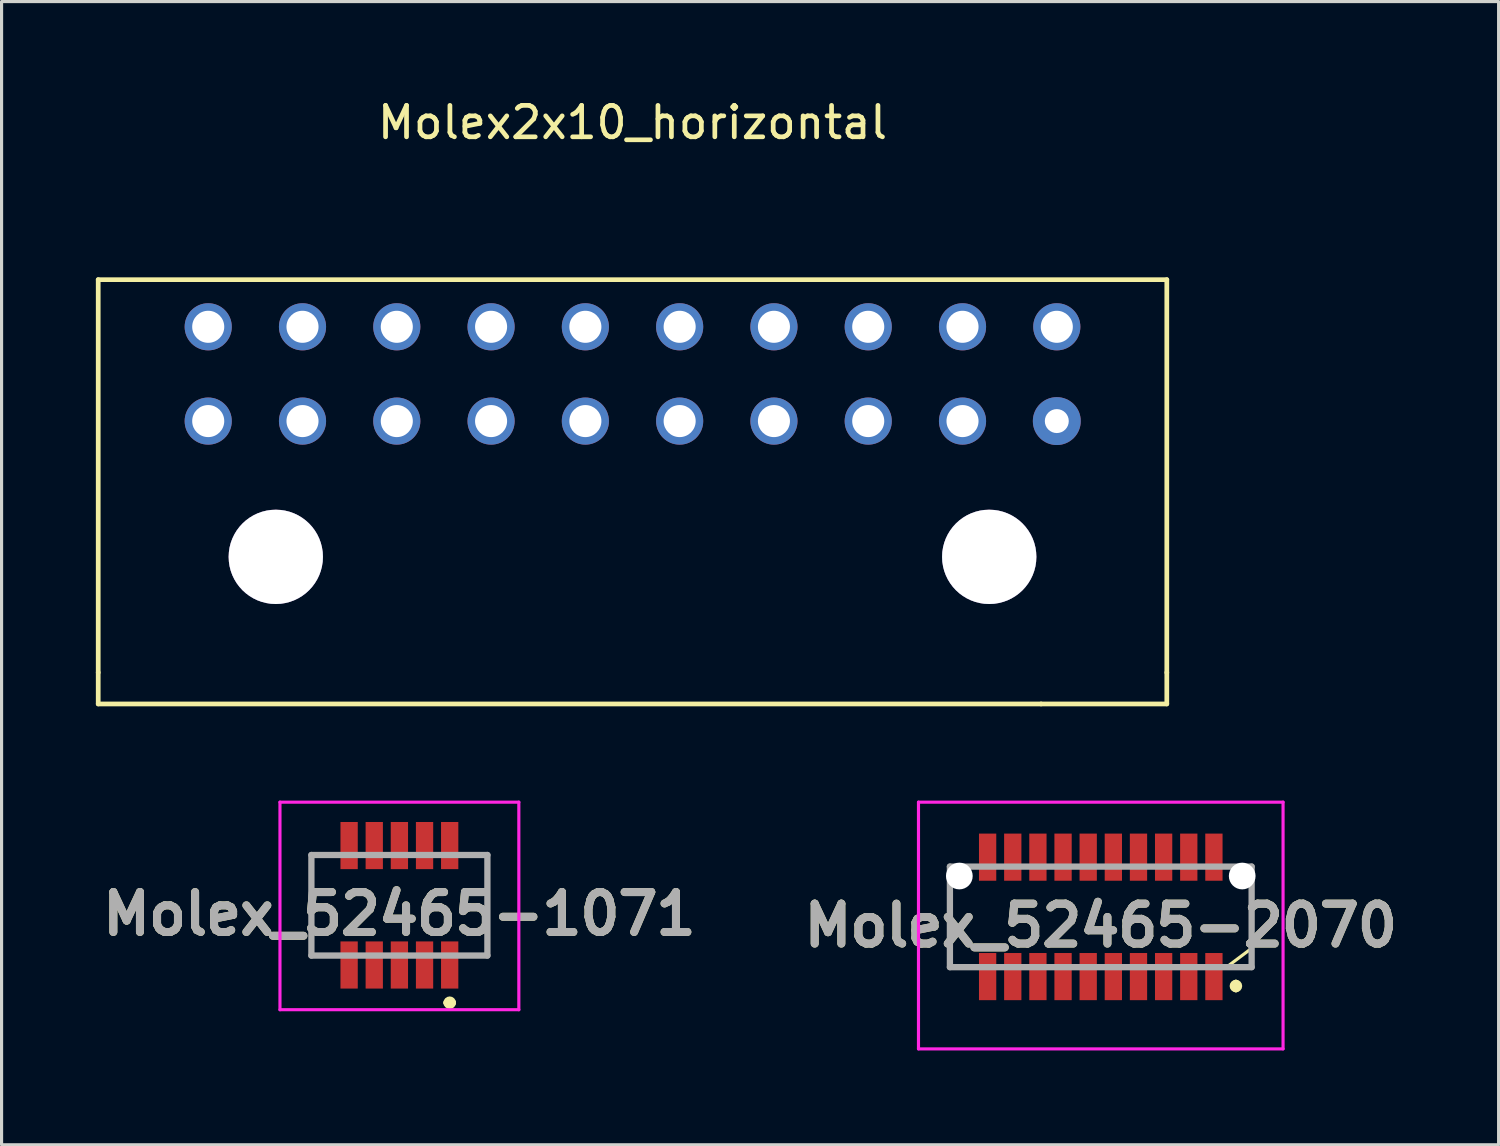
<source format=kicad_pcb>
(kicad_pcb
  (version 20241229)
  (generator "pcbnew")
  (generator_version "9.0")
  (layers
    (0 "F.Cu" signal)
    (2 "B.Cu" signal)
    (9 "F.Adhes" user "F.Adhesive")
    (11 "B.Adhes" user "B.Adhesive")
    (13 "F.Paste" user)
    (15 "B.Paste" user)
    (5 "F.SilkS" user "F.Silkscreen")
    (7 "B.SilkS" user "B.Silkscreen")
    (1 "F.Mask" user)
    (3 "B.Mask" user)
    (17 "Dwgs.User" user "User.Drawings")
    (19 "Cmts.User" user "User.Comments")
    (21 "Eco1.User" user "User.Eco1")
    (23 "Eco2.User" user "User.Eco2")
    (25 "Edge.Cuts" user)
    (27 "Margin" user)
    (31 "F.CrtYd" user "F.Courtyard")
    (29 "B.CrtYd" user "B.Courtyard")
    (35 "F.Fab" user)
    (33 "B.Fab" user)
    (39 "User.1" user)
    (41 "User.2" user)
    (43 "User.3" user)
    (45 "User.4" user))
  (footprint "Molex_52465-1071"
    (layer "F.Cu")
    (at 9.658 26.029)
    (property "Reference" "Molex_52465-1071" (at 0 0 0) (layer "F.SilkS") (effects (font (size 1.27 1.27) (thickness 0.254))))
    (attr smd)
    (fp_line (start -2.8 -1.875) (end -2.8 1.325) (stroke (width 0.1) (type solid)) (layer "F.SilkS"))
    (fp_line (start -2.8 1.325) (end -2.5 1.325) (stroke (width 0.1) (type solid)) (layer "F.SilkS"))
    (fp_line (start -2.5 -1.875) (end -2.8 -1.875) (stroke (width 0.1) (type solid)) (layer "F.SilkS"))
    (fp_line (start 1.5 2.825) (end 1.5 2.825) (stroke (width 0.2) (type solid)) (layer "F.SilkS"))
    (fp_line (start 1.7 2.825) (end 1.7 2.825) (stroke (width 0.2) (type solid)) (layer "F.SilkS"))
    (fp_line (start 2.5 -1.875) (end 2.8 -1.875) (stroke (width 0.1) (type solid)) (layer "F.SilkS"))
    (fp_line (start 2.8 -1.875) (end 2.8 1.325) (stroke (width 0.1) (type solid)) (layer "F.SilkS"))
    (fp_line (start 2.8 1.325) (end 2.5 1.325) (stroke (width 0.1) (type solid)) (layer "F.SilkS"))
    (fp_arc (start 1.5 2.825) (mid 1.6 2.725) (end 1.7 2.825) (stroke (width 0.2) (type solid)) (layer "F.SilkS"))
    (fp_arc (start 1.7 2.825) (mid 1.6 2.925) (end 1.5 2.825) (stroke (width 0.2) (type solid)) (layer "F.SilkS"))
    (fp_line (start -3.8 -3.556) (end 3.8 -3.556) (stroke (width 0.1) (type solid)) (layer "F.CrtYd"))
    (fp_line (start -3.8 3.048) (end -3.8 -3.556) (stroke (width 0.1) (type solid)) (layer "F.CrtYd"))
    (fp_line (start 3.8 -3.556) (end 3.8 3.048) (stroke (width 0.1) (type solid)) (layer "F.CrtYd"))
    (fp_line (start 3.8 3.048) (end -3.8 3.048) (stroke (width 0.1) (type solid)) (layer "F.CrtYd"))
    (fp_line (start -2.8 -1.875) (end 2.8 -1.875) (stroke (width 0.2) (type solid)) (layer "F.Fab"))
    (fp_line (start -2.8 1.325) (end -2.8 -1.875) (stroke (width 0.2) (type solid)) (layer "F.Fab"))
    (fp_line (start 2.8 -1.875) (end 2.8 1.325) (stroke (width 0.2) (type solid)) (layer "F.Fab"))
    (fp_line (start 2.8 1.325) (end -2.8 1.325) (stroke (width 0.2) (type solid)) (layer "F.Fab"))
    (fp_text user "${REFERENCE}" (at 0 0 0) (layer "F.Fab") (effects (font (size 1.27 1.27) (thickness 0.254))))
    (pad "1" smd rect (at 1.6 1.625) (size 0.55 1.5) (layers "F.Cu" "F.Mask" "F.Paste"))
    (pad "2" smd rect (at 1.6 -2.175) (size 0.55 1.5) (layers "F.Cu" "F.Mask" "F.Paste"))
    (pad "3" smd rect (at 0.8 1.625) (size 0.55 1.5) (layers "F.Cu" "F.Mask" "F.Paste"))
    (pad "4" smd rect (at 0.8 -2.175) (size 0.55 1.5) (layers "F.Cu" "F.Mask" "F.Paste"))
    (pad "5" smd rect (at 0 1.625) (size 0.55 1.5) (layers "F.Cu" "F.Mask" "F.Paste"))
    (pad "6" smd rect (at 0 -2.175) (size 0.55 1.5) (layers "F.Cu" "F.Mask" "F.Paste"))
    (pad "7" smd rect (at -0.8 1.625) (size 0.55 1.5) (layers "F.Cu" "F.Mask" "F.Paste"))
    (pad "8" smd rect (at -0.8 -2.175) (size 0.55 1.5) (layers "F.Cu" "F.Mask" "F.Paste"))
    (pad "9" smd rect (at -1.6 1.625) (size 0.55 1.5) (layers "F.Cu" "F.Mask" "F.Paste"))
    (pad "10" smd rect (at -1.6 -2.175) (size 0.55 1.5) (layers "F.Cu" "F.Mask" "F.Paste")))
  (footprint "Molex_52465-2070"
    (layer "F.Cu")
    (at 31.974 26.123)
    (property "Reference" "Molex_52465-2070" (at 0 0.275 0) (layer "F.SilkS") (effects (font (size 1.27 1.27) (thickness 0.254))))
    (attr through_hole)
    (fp_line (start -4.8 -0.5) (end -4.8 1.6) (stroke (width 0.1) (type solid)) (layer "F.SilkS"))
    (fp_line (start -4.8 1.6) (end -4.5 1.6) (stroke (width 0.1) (type solid)) (layer "F.SilkS"))
    (fp_line (start 4 1.6) (end 4.8 1) (stroke (width 0.1) (type solid)) (layer "F.SilkS"))
    (fp_line (start 4.3 2.1) (end 4.3 2.1) (stroke (width 0.2) (type solid)) (layer "F.SilkS"))
    (fp_line (start 4.3 2.3) (end 4.3 2.3) (stroke (width 0.2) (type solid)) (layer "F.SilkS"))
    (fp_line (start 4.8 1) (end 4.8 -0.5) (stroke (width 0.1) (type solid)) (layer "F.SilkS"))
    (fp_arc (start 4.3 2.1) (mid 4.4 2.2) (end 4.3 2.3) (stroke (width 0.2) (type solid)) (layer "F.SilkS"))
    (fp_arc (start 4.3 2.3) (mid 4.2 2.2) (end 4.3 2.1) (stroke (width 0.2) (type solid)) (layer "F.SilkS"))
    (fp_line (start -5.8 -3.65) (end 5.8 -3.65) (stroke (width 0.1) (type solid)) (layer "F.CrtYd"))
    (fp_line (start -5.8 4.2) (end -5.8 -3.65) (stroke (width 0.1) (type solid)) (layer "F.CrtYd"))
    (fp_line (start 5.8 -3.65) (end 5.8 4.2) (stroke (width 0.1) (type solid)) (layer "F.CrtYd"))
    (fp_line (start 5.8 4.2) (end -5.8 4.2) (stroke (width 0.1) (type solid)) (layer "F.CrtYd"))
    (fp_line (start -4.8 -1.6) (end 4.8 -1.6) (stroke (width 0.2) (type solid)) (layer "F.Fab"))
    (fp_line (start -4.8 1.6) (end -4.8 -1.6) (stroke (width 0.2) (type solid)) (layer "F.Fab"))
    (fp_line (start 4.8 -1.6) (end 4.8 1.6) (stroke (width 0.2) (type solid)) (layer "F.Fab"))
    (fp_line (start 4.8 1.6) (end -4.8 1.6) (stroke (width 0.2) (type solid)) (layer "F.Fab"))
    (fp_text user "${REFERENCE}" (at 0 0.275 0) (layer "F.Fab") (effects (font (size 1.27 1.27) (thickness 0.254))))
    (pad "" np_thru_hole circle (at -4.5 -1.3) (size 0.85 0.85) (drill 0.85) (layers "*.Cu" "*.Mask"))
    (pad "" np_thru_hole circle (at 4.5 -1.3) (size 0.85 0.85) (drill 0.85) (layers "*.Cu" "*.Mask"))
    (pad "1" smd rect (at 3.6 1.9) (size 0.55 1.5) (layers "F.Cu" "F.Mask" "F.Paste"))
    (pad "2" smd rect (at 3.6 -1.9) (size 0.55 1.5) (layers "F.Cu" "F.Mask" "F.Paste"))
    (pad "3" smd rect (at 2.8 1.9) (size 0.55 1.5) (layers "F.Cu" "F.Mask" "F.Paste"))
    (pad "4" smd rect (at 2.8 -1.9) (size 0.55 1.5) (layers "F.Cu" "F.Mask" "F.Paste"))
    (pad "5" smd rect (at 2 1.9) (size 0.55 1.5) (layers "F.Cu" "F.Mask" "F.Paste"))
    (pad "6" smd rect (at 2 -1.9) (size 0.55 1.5) (layers "F.Cu" "F.Mask" "F.Paste"))
    (pad "7" smd rect (at 1.2 1.9) (size 0.55 1.5) (layers "F.Cu" "F.Mask" "F.Paste"))
    (pad "8" smd rect (at 1.2 -1.9) (size 0.55 1.5) (layers "F.Cu" "F.Mask" "F.Paste"))
    (pad "9" smd rect (at 0.4 1.9) (size 0.55 1.5) (layers "F.Cu" "F.Mask" "F.Paste"))
    (pad "10" smd rect (at 0.4 -1.9) (size 0.55 1.5) (layers "F.Cu" "F.Mask" "F.Paste"))
    (pad "11" smd rect (at -0.4 1.9) (size 0.55 1.5) (layers "F.Cu" "F.Mask" "F.Paste"))
    (pad "12" smd rect (at -0.4 -1.9) (size 0.55 1.5) (layers "F.Cu" "F.Mask" "F.Paste"))
    (pad "13" smd rect (at -1.2 1.9) (size 0.55 1.5) (layers "F.Cu" "F.Mask" "F.Paste"))
    (pad "14" smd rect (at -1.2 -1.9) (size 0.55 1.5) (layers "F.Cu" "F.Mask" "F.Paste"))
    (pad "15" smd rect (at -2 1.9) (size 0.55 1.5) (layers "F.Cu" "F.Mask" "F.Paste"))
    (pad "16" smd rect (at -2 -1.9) (size 0.55 1.5) (layers "F.Cu" "F.Mask" "F.Paste"))
    (pad "17" smd rect (at -2.8 1.9) (size 0.55 1.5) (layers "F.Cu" "F.Mask" "F.Paste"))
    (pad "18" smd rect (at -2.8 -1.9) (size 0.55 1.5) (layers "F.Cu" "F.Mask" "F.Paste"))
    (pad "19" smd rect (at -3.6 1.9) (size 0.55 1.5) (layers "F.Cu" "F.Mask" "F.Paste"))
    (pad "20" smd rect (at -3.6 -1.9) (size 0.55 1.5) (layers "F.Cu" "F.Mask" "F.Paste")))
  (footprint "Molex2x10_horizontal"
    (layer "F.Cu")
    (at 17.075 8.848)
    (property "Reference" "Molex2x10_horizontal" (at 0 -8 0) (layer "F.SilkS") (effects (font (size 1 1) (thickness 0.15))))
    (attr through_hole)
    (fp_line (start -17 -3) (end 17 -3) (stroke (width 0.15) (type solid)) (layer "F.SilkS"))
    (fp_line (start -17 9.5) (end -17 -3) (stroke (width 0.15) (type solid)) (layer "F.SilkS"))
    (fp_line (start -17 10.5) (end -17 9.5) (stroke (width 0.15) (type solid)) (layer "F.SilkS"))
    (fp_line (start 13 10.5) (end -17 10.5) (stroke (width 0.15) (type solid)) (layer "F.SilkS"))
    (fp_line (start 13 10.5) (end 17 10.5) (stroke (width 0.15) (type solid)) (layer "F.SilkS"))
    (fp_line (start 17 9.5) (end 17 -3) (stroke (width 0.15) (type solid)) (layer "F.SilkS"))
    (fp_line (start 17 10.5) (end 17 9.5) (stroke (width 0.15) (type solid)) (layer "F.SilkS"))
    (pad "" thru_hole circle (at -11.35 5.82) (size 3 3) (drill 3) (layers "*.Cu" "*.Mask"))
    (pad "" thru_hole circle (at 11.35 5.82) (size 3 3) (drill 3) (layers "*.Cu" "*.Mask"))
    (pad "1" thru_hole circle (at 13.5 1.5) (size 1.524 1.524) (drill 0.762) (layers "*.Cu" "*.Mask"))
    (pad "2" thru_hole circle (at 10.5 1.5) (size 1.5 1.5) (drill 1.02) (layers "*.Cu" "*.Mask"))
    (pad "3" thru_hole circle (at 7.5 1.5) (size 1.5 1.5) (drill 1.02) (layers "*.Cu" "*.Mask"))
    (pad "4" thru_hole circle (at 4.5 1.5) (size 1.5 1.5) (drill 1.02) (layers "*.Cu" "*.Mask"))
    (pad "5" thru_hole circle (at 1.5 1.5) (size 1.5 1.5) (drill 1.02) (layers "*.Cu" "*.Mask"))
    (pad "6" thru_hole circle (at -1.5 1.5) (size 1.5 1.5) (drill 1.02) (layers "*.Cu" "*.Mask"))
    (pad "7" thru_hole circle (at -4.5 1.5) (size 1.5 1.5) (drill 1.02) (layers "*.Cu" "*.Mask"))
    (pad "8" thru_hole circle (at -7.5 1.5) (size 1.5 1.5) (drill 1.02) (layers "*.Cu" "*.Mask"))
    (pad "9" thru_hole circle (at -10.5 1.5) (size 1.5 1.5) (drill 1.02) (layers "*.Cu" "*.Mask"))
    (pad "10" thru_hole circle (at -13.5 1.5) (size 1.5 1.5) (drill 1.02) (layers "*.Cu" "*.Mask"))
    (pad "11" thru_hole circle (at 13.5 -1.5) (size 1.5 1.5) (drill 1.02) (layers "*.Cu" "*.Mask"))
    (pad "12" thru_hole circle (at 10.5 -1.5) (size 1.5 1.5) (drill 1.02) (layers "*.Cu" "*.Mask"))
    (pad "13" thru_hole circle (at 7.5 -1.5) (size 1.5 1.5) (drill 1.02) (layers "*.Cu" "*.Mask"))
    (pad "14" thru_hole circle (at 4.5 -1.5) (size 1.5 1.5) (drill 1.02) (layers "*.Cu" "*.Mask"))
    (pad "15" thru_hole circle (at 1.5 -1.5) (size 1.5 1.5) (drill 1.02) (layers "*.Cu" "*.Mask"))
    (pad "16" thru_hole circle (at -1.5 -1.5) (size 1.5 1.5) (drill 1.02) (layers "*.Cu" "*.Mask"))
    (pad "17" thru_hole circle (at -4.5 -1.5) (size 1.5 1.5) (drill 1.02) (layers "*.Cu" "*.Mask"))
    (pad "18" thru_hole circle (at -7.5 -1.5) (size 1.5 1.5) (drill 1.02) (layers "*.Cu" "*.Mask"))
    (pad "19" thru_hole circle (at -10.5 -1.5) (size 1.5 1.5) (drill 1.02) (layers "*.Cu" "*.Mask"))
    (pad "20" thru_hole circle (at -13.5 -1.5) (size 1.5 1.5) (drill 1.02) (layers "*.Cu" "*.Mask")))
  (gr_rect
    (start -3 -3)
    (end 44.632 33.373)
    (stroke (width 0.1) (type default))
    (fill no)
    (layer "Edge.Cuts")))
</source>
